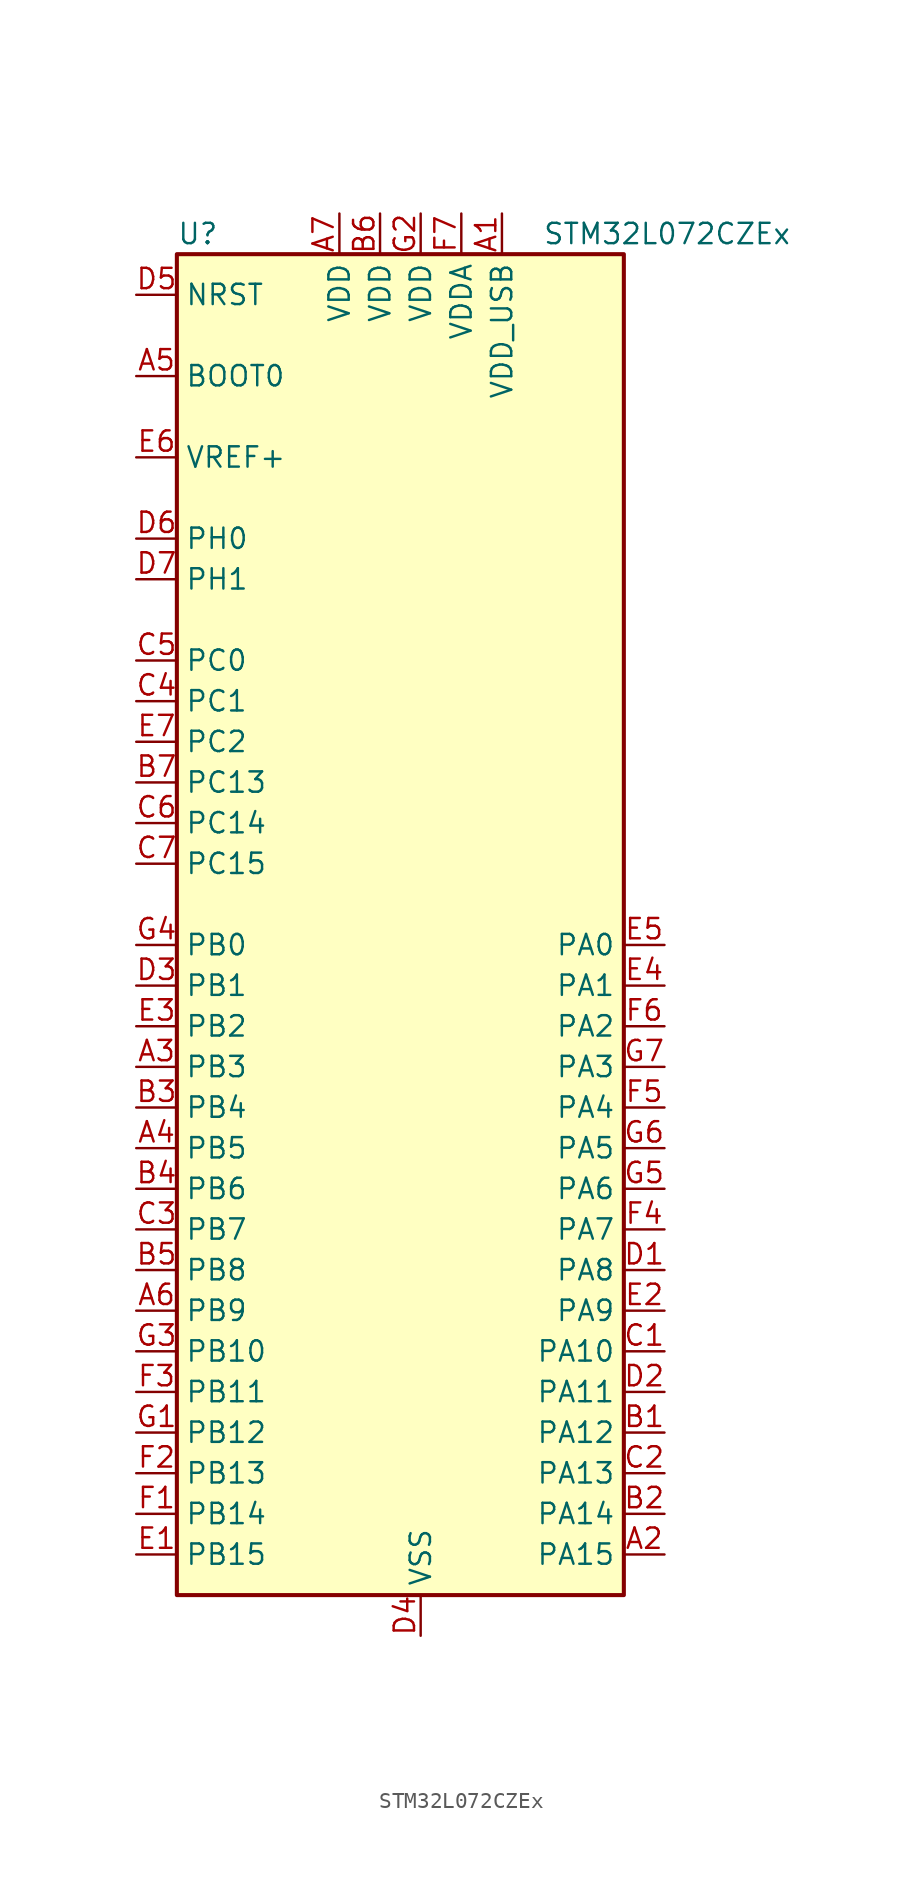
<source format=kicad_sym>
(kicad_symbol_lib
  (version 20201005)
  (generator kicad_symbol_editor)
  (symbol "STM32L072CZEx"
    (property "Reference" "U"
      (at -15.24 41.91 0)
      (effects (font (size 1.27 1.27)) (justify left)))
    (property "Value" "STM32L072CZEx"
      (at 7.62 41.91 0)
      (effects (font (size 1.27 1.27)) (justify left)))
    (symbol "STM32L072CZEx_0_1"
      (rectangle (start -15.24 -43.18) (end 12.7 40.64) (stroke (width 0.254)) (fill (type background))))
    (symbol "STM32L072CZEx_1_1"
      (pin input line (at -17.78 33.02 0) (length 2.54) (name "BOOT0" (effects (font (size 1.27 1.27)))) (number "A5" (effects (font (size 1.27 1.27)))))
      (pin input line (at -17.78 38.1 0) (length 2.54) (name "NRST" (effects (font (size 1.27 1.27)))) (number "D5" (effects (font (size 1.27 1.27)))))
      (pin bidirectional line (at 15.24 -2.54 180) (length 2.54) (name "PA0" (effects (font (size 1.27 1.27)))) (number "E5" (effects (font (size 1.27 1.27)))))
      (pin bidirectional line (at 15.24 -5.08 180) (length 2.54) (name "PA1" (effects (font (size 1.27 1.27)))) (number "E4" (effects (font (size 1.27 1.27)))))
      (pin bidirectional line (at 15.24 -27.94 180) (length 2.54) (name "PA10" (effects (font (size 1.27 1.27)))) (number "C1" (effects (font (size 1.27 1.27)))))
      (pin bidirectional line (at 15.24 -30.48 180) (length 2.54) (name "PA11" (effects (font (size 1.27 1.27)))) (number "D2" (effects (font (size 1.27 1.27)))))
      (pin bidirectional line (at 15.24 -33.02 180) (length 2.54) (name "PA12" (effects (font (size 1.27 1.27)))) (number "B1" (effects (font (size 1.27 1.27)))))
      (pin bidirectional line (at 15.24 -35.56 180) (length 2.54) (name "PA13" (effects (font (size 1.27 1.27)))) (number "C2" (effects (font (size 1.27 1.27)))))
      (pin bidirectional line (at 15.24 -38.1 180) (length 2.54) (name "PA14" (effects (font (size 1.27 1.27)))) (number "B2" (effects (font (size 1.27 1.27)))))
      (pin bidirectional line (at 15.24 -40.64 180) (length 2.54) (name "PA15" (effects (font (size 1.27 1.27)))) (number "A2" (effects (font (size 1.27 1.27)))))
      (pin bidirectional line (at 15.24 -7.62 180) (length 2.54) (name "PA2" (effects (font (size 1.27 1.27)))) (number "F6" (effects (font (size 1.27 1.27)))))
      (pin bidirectional line (at 15.24 -10.16 180) (length 2.54) (name "PA3" (effects (font (size 1.27 1.27)))) (number "G7" (effects (font (size 1.27 1.27)))))
      (pin bidirectional line (at 15.24 -12.7 180) (length 2.54) (name "PA4" (effects (font (size 1.27 1.27)))) (number "F5" (effects (font (size 1.27 1.27)))))
      (pin bidirectional line (at 15.24 -15.24 180) (length 2.54) (name "PA5" (effects (font (size 1.27 1.27)))) (number "G6" (effects (font (size 1.27 1.27)))))
      (pin bidirectional line (at 15.24 -17.78 180) (length 2.54) (name "PA6" (effects (font (size 1.27 1.27)))) (number "G5" (effects (font (size 1.27 1.27)))))
      (pin bidirectional line (at 15.24 -20.32 180) (length 2.54) (name "PA7" (effects (font (size 1.27 1.27)))) (number "F4" (effects (font (size 1.27 1.27)))))
      (pin bidirectional line (at 15.24 -22.86 180) (length 2.54) (name "PA8" (effects (font (size 1.27 1.27)))) (number "D1" (effects (font (size 1.27 1.27)))))
      (pin bidirectional line (at 15.24 -25.4 180) (length 2.54) (name "PA9" (effects (font (size 1.27 1.27)))) (number "E2" (effects (font (size 1.27 1.27)))))
      (pin bidirectional line (at -17.78 -2.54 0) (length 2.54) (name "PB0" (effects (font (size 1.27 1.27)))) (number "G4" (effects (font (size 1.27 1.27)))))
      (pin bidirectional line (at -17.78 -5.08 0) (length 2.54) (name "PB1" (effects (font (size 1.27 1.27)))) (number "D3" (effects (font (size 1.27 1.27)))))
      (pin bidirectional line (at -17.78 -27.94 0) (length 2.54) (name "PB10" (effects (font (size 1.27 1.27)))) (number "G3" (effects (font (size 1.27 1.27)))))
      (pin bidirectional line (at -17.78 -30.48 0) (length 2.54) (name "PB11" (effects (font (size 1.27 1.27)))) (number "F3" (effects (font (size 1.27 1.27)))))
      (pin bidirectional line (at -17.78 -33.02 0) (length 2.54) (name "PB12" (effects (font (size 1.27 1.27)))) (number "G1" (effects (font (size 1.27 1.27)))))
      (pin bidirectional line (at -17.78 -35.56 0) (length 2.54) (name "PB13" (effects (font (size 1.27 1.27)))) (number "F2" (effects (font (size 1.27 1.27)))))
      (pin bidirectional line (at -17.78 -38.1 0) (length 2.54) (name "PB14" (effects (font (size 1.27 1.27)))) (number "F1" (effects (font (size 1.27 1.27)))))
      (pin bidirectional line (at -17.78 -40.64 0) (length 2.54) (name "PB15" (effects (font (size 1.27 1.27)))) (number "E1" (effects (font (size 1.27 1.27)))))
      (pin bidirectional line (at -17.78 -7.62 0) (length 2.54) (name "PB2" (effects (font (size 1.27 1.27)))) (number "E3" (effects (font (size 1.27 1.27)))))
      (pin bidirectional line (at -17.78 -10.16 0) (length 2.54) (name "PB3" (effects (font (size 1.27 1.27)))) (number "A3" (effects (font (size 1.27 1.27)))))
      (pin bidirectional line (at -17.78 -12.7 0) (length 2.54) (name "PB4" (effects (font (size 1.27 1.27)))) (number "B3" (effects (font (size 1.27 1.27)))))
      (pin bidirectional line (at -17.78 -15.24 0) (length 2.54) (name "PB5" (effects (font (size 1.27 1.27)))) (number "A4" (effects (font (size 1.27 1.27)))))
      (pin bidirectional line (at -17.78 -17.78 0) (length 2.54) (name "PB6" (effects (font (size 1.27 1.27)))) (number "B4" (effects (font (size 1.27 1.27)))))
      (pin bidirectional line (at -17.78 -20.32 0) (length 2.54) (name "PB7" (effects (font (size 1.27 1.27)))) (number "C3" (effects (font (size 1.27 1.27)))))
      (pin bidirectional line (at -17.78 -22.86 0) (length 2.54) (name "PB8" (effects (font (size 1.27 1.27)))) (number "B5" (effects (font (size 1.27 1.27)))))
      (pin bidirectional line (at -17.78 -25.4 0) (length 2.54) (name "PB9" (effects (font (size 1.27 1.27)))) (number "A6" (effects (font (size 1.27 1.27)))))
      (pin bidirectional line (at -17.78 15.24 0) (length 2.54) (name "PC0" (effects (font (size 1.27 1.27)))) (number "C5" (effects (font (size 1.27 1.27)))))
      (pin bidirectional line (at -17.78 12.7 0) (length 2.54) (name "PC1" (effects (font (size 1.27 1.27)))) (number "C4" (effects (font (size 1.27 1.27)))))
      (pin bidirectional line (at -17.78 7.62 0) (length 2.54) (name "PC13" (effects (font (size 1.27 1.27)))) (number "B7" (effects (font (size 1.27 1.27)))))
      (pin bidirectional line (at -17.78 5.08 0) (length 2.54) (name "PC14" (effects (font (size 1.27 1.27)))) (number "C6" (effects (font (size 1.27 1.27)))))
      (pin bidirectional line (at -17.78 2.54 0) (length 2.54) (name "PC15" (effects (font (size 1.27 1.27)))) (number "C7" (effects (font (size 1.27 1.27)))))
      (pin bidirectional line (at -17.78 10.16 0) (length 2.54) (name "PC2" (effects (font (size 1.27 1.27)))) (number "E7" (effects (font (size 1.27 1.27)))))
      (pin input line (at -17.78 22.86 0) (length 2.54) (name "PH0" (effects (font (size 1.27 1.27)))) (number "D6" (effects (font (size 1.27 1.27)))))
      (pin input line (at -17.78 20.32 0) (length 2.54) (name "PH1" (effects (font (size 1.27 1.27)))) (number "D7" (effects (font (size 1.27 1.27)))))
      (pin power_in line (at -5.08 43.18 270) (length 2.54) (name "VDD" (effects (font (size 1.27 1.27)))) (number "A7" (effects (font (size 1.27 1.27)))))
      (pin power_in line (at -2.54 43.18 270) (length 2.54) (name "VDD" (effects (font (size 1.27 1.27)))) (number "B6" (effects (font (size 1.27 1.27)))))
      (pin power_in line (at 0 43.18 270) (length 2.54) (name "VDD" (effects (font (size 1.27 1.27)))) (number "G2" (effects (font (size 1.27 1.27)))))
      (pin power_in line (at 2.54 43.18 270) (length 2.54) (name "VDDA" (effects (font (size 1.27 1.27)))) (number "F7" (effects (font (size 1.27 1.27)))))
      (pin power_in line (at 5.08 43.18 270) (length 2.54) (name "VDD_USB" (effects (font (size 1.27 1.27)))) (number "A1" (effects (font (size 1.27 1.27)))))
      (pin power_in line (at -17.78 27.94 0) (length 2.54) (name "VREF+" (effects (font (size 1.27 1.27)))) (number "E6" (effects (font (size 1.27 1.27)))))
      (pin power_in line (at 0 -45.72 90) (length 2.54) (name "VSS" (effects (font (size 1.27 1.27)))) (number "D4" (effects (font (size 1.27 1.27))))))))
</source>
